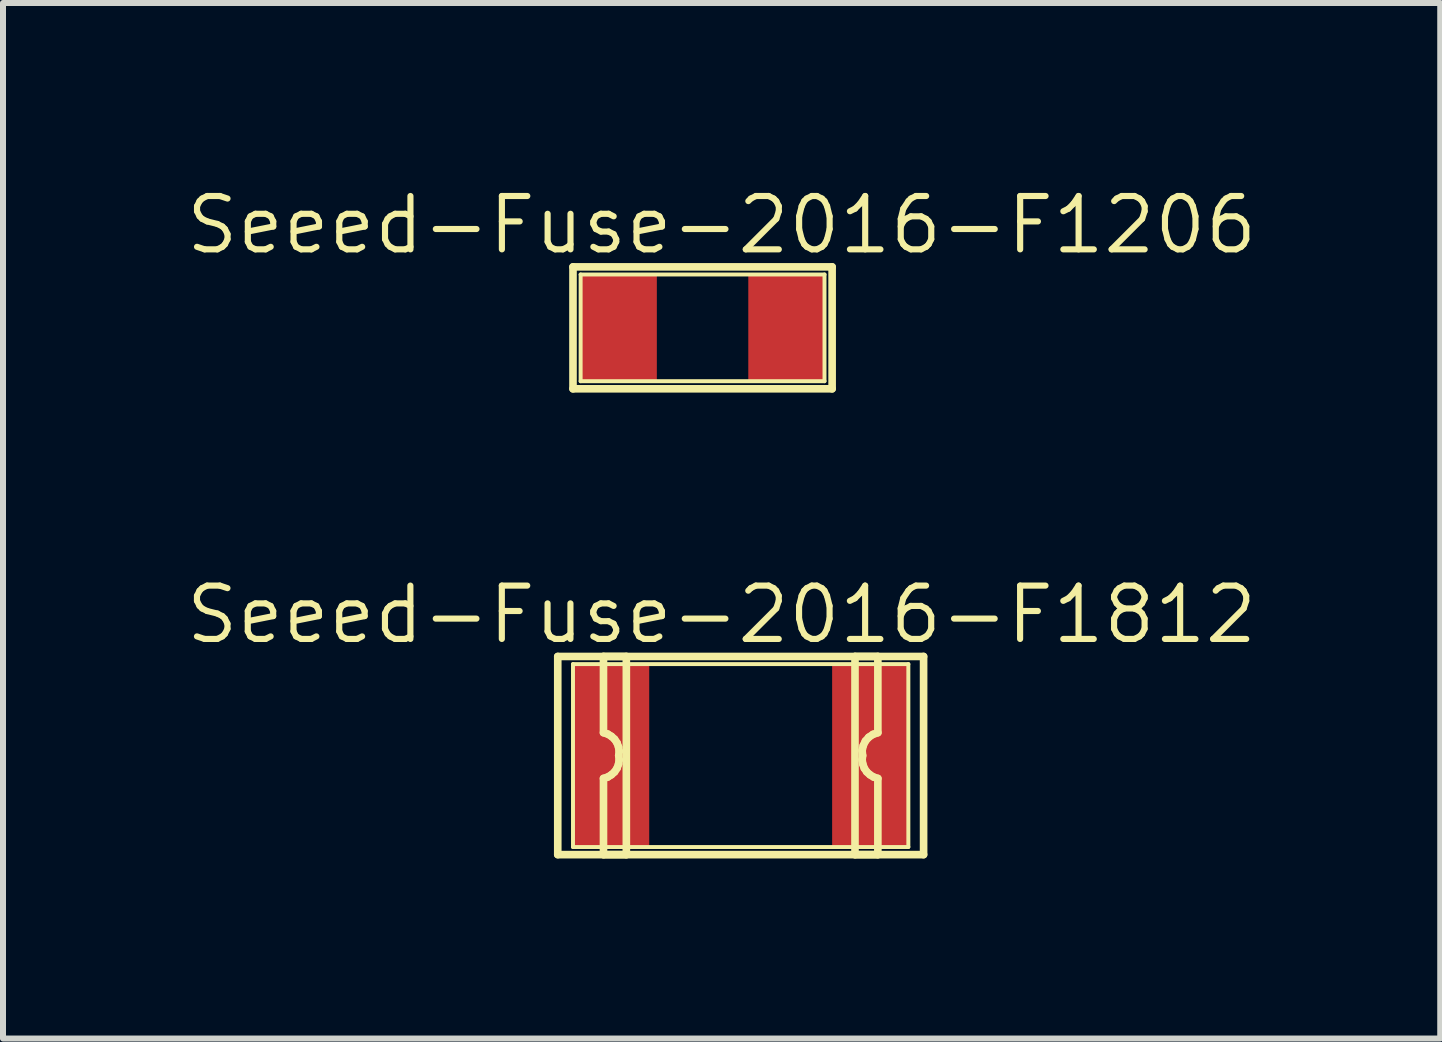
<source format=kicad_pcb>
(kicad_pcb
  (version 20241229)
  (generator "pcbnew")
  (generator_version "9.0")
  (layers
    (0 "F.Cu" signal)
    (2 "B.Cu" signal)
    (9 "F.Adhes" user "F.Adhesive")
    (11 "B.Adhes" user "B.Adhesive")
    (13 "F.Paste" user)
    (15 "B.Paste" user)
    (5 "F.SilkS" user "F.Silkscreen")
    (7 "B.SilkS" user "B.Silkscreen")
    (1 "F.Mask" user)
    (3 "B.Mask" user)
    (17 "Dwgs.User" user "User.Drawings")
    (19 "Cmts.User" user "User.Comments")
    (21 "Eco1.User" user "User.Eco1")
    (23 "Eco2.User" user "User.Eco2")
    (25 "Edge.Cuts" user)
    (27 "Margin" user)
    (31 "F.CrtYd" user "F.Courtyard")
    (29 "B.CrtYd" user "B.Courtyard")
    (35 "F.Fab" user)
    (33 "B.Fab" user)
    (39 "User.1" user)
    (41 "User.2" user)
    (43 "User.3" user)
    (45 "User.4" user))
  (footprint "Seeed-Fuse-2016-F1206"
    (layer "F.Cu")
    (at 8.657 2.413)
    (property "Reference" "Seeed-Fuse-2016-F1206" (at 0.318 -1.714 0) (layer "F.SilkS") (effects (font (size 0.889 0.889) (thickness 0.102))))
    (attr smd)
    (fp_line (start -2.159 -1.016) (end 2.159 -1.016) (stroke (width 0.127) (type solid)) (layer "F.SilkS"))
    (fp_line (start -2.159 1.016) (end -2.159 -1.016) (stroke (width 0.127) (type solid)) (layer "F.SilkS"))
    (fp_line (start -2.032 -0.889) (end 2.032 -0.889) (stroke (width 0.066) (type solid)) (layer "F.SilkS"))
    (fp_line (start -2.032 0.889) (end -2.032 -0.889) (stroke (width 0.066) (type solid)) (layer "F.SilkS"))
    (fp_line (start -2.032 0.889) (end 2.032 0.889) (stroke (width 0.066) (type solid)) (layer "F.SilkS"))
    (fp_line (start 2.032 0.889) (end 2.032 -0.889) (stroke (width 0.066) (type solid)) (layer "F.SilkS"))
    (fp_line (start 2.159 -1.016) (end 2.159 1.016) (stroke (width 0.127) (type solid)) (layer "F.SilkS"))
    (fp_line (start 2.159 1.016) (end -2.159 1.016) (stroke (width 0.127) (type solid)) (layer "F.SilkS"))
    (pad "1" smd rect (at -1.397 0) (size 1.27 1.778) (layers "F.Cu" "F.Mask" "F.Paste"))
    (pad "2" smd rect (at 1.397 0) (size 1.27 1.778) (layers "F.Cu" "F.Mask" "F.Paste")))
  (footprint "Seeed-Fuse-2016-F1812"
    (layer "F.Cu")
    (at 9.292 9.54)
    (property "Reference" "Seeed-Fuse-2016-F1812" (at -0.318 -2.349 0) (layer "F.SilkS") (effects (font (size 0.889 0.889) (thickness 0.102))))
    (attr smd)
    (fp_line (start -3.048 -1.651) (end -3.048 1.651) (stroke (width 0.127) (type solid)) (layer "F.SilkS"))
    (fp_line (start -3.048 -1.651) (end 3.048 -1.651) (stroke (width 0.127) (type solid)) (layer "F.SilkS"))
    (fp_line (start -2.794 -1.524) (end 2.794 -1.524) (stroke (width 0.066) (type solid)) (layer "F.SilkS"))
    (fp_line (start -2.794 1.524) (end -2.794 -1.524) (stroke (width 0.066) (type solid)) (layer "F.SilkS"))
    (fp_line (start -2.794 1.524) (end 2.794 1.524) (stroke (width 0.066) (type solid)) (layer "F.SilkS"))
    (fp_line (start -2.286 -1.651) (end -1.905 -1.651) (stroke (width 0.127) (type solid)) (layer "F.SilkS"))
    (fp_line (start -2.286 -0.381) (end -2.286 -1.651) (stroke (width 0.127) (type solid)) (layer "F.SilkS"))
    (fp_line (start -2.286 0.381) (end -2.215 0.358) (stroke (width 0.127) (type solid)) (layer "F.SilkS"))
    (fp_line (start -2.286 1.651) (end -2.286 0.381) (stroke (width 0.127) (type solid)) (layer "F.SilkS"))
    (fp_line (start -2.215 -0.358) (end -2.286 -0.381) (stroke (width 0.127) (type solid)) (layer "F.SilkS"))
    (fp_line (start -2.215 0.358) (end -2.154 0.32) (stroke (width 0.127) (type solid)) (layer "F.SilkS"))
    (fp_line (start -2.154 -0.32) (end -2.215 -0.358) (stroke (width 0.127) (type solid)) (layer "F.SilkS"))
    (fp_line (start -2.154 0.32) (end -2.101 0.272) (stroke (width 0.127) (type solid)) (layer "F.SilkS"))
    (fp_line (start -2.101 -0.272) (end -2.154 -0.32) (stroke (width 0.127) (type solid)) (layer "F.SilkS"))
    (fp_line (start -2.101 0.272) (end -2.06 0.211) (stroke (width 0.127) (type solid)) (layer "F.SilkS"))
    (fp_line (start -2.06 -0.211) (end -2.101 -0.272) (stroke (width 0.127) (type solid)) (layer "F.SilkS"))
    (fp_line (start -2.06 0.211) (end -2.035 0.142) (stroke (width 0.127) (type solid)) (layer "F.SilkS"))
    (fp_line (start -2.035 -0.142) (end -2.06 -0.211) (stroke (width 0.127) (type solid)) (layer "F.SilkS"))
    (fp_line (start -2.035 0.142) (end -2.024 0.071) (stroke (width 0.127) (type solid)) (layer "F.SilkS"))
    (fp_line (start -2.032 0) (end -2.024 -0.071) (stroke (width 0.127) (type solid)) (layer "F.SilkS"))
    (fp_line (start -2.024 -0.071) (end -2.035 -0.142) (stroke (width 0.127) (type solid)) (layer "F.SilkS"))
    (fp_line (start -2.024 0.071) (end -2.032 0) (stroke (width 0.127) (type solid)) (layer "F.SilkS"))
    (fp_line (start -1.905 -1.651) (end -1.905 1.651) (stroke (width 0.127) (type solid)) (layer "F.SilkS"))
    (fp_line (start -1.905 1.651) (end -2.286 1.651) (stroke (width 0.127) (type solid)) (layer "F.SilkS"))
    (fp_line (start 1.905 -1.651) (end 2.286 -1.651) (stroke (width 0.127) (type solid)) (layer "F.SilkS"))
    (fp_line (start 1.905 1.651) (end 1.905 -1.651) (stroke (width 0.127) (type solid)) (layer "F.SilkS"))
    (fp_line (start 2.024 -0.084) (end 2.032 0) (stroke (width 0.127) (type solid)) (layer "F.SilkS"))
    (fp_line (start 2.024 0.071) (end 2.035 0.142) (stroke (width 0.127) (type solid)) (layer "F.SilkS"))
    (fp_line (start 2.032 0) (end 2.024 0.071) (stroke (width 0.127) (type solid)) (layer "F.SilkS"))
    (fp_line (start 2.035 0.142) (end 2.06 0.211) (stroke (width 0.127) (type solid)) (layer "F.SilkS"))
    (fp_line (start 2.042 -0.165) (end 2.024 -0.084) (stroke (width 0.127) (type solid)) (layer "F.SilkS"))
    (fp_line (start 2.06 0.211) (end 2.101 0.272) (stroke (width 0.127) (type solid)) (layer "F.SilkS"))
    (fp_line (start 2.078 -0.241) (end 2.042 -0.165) (stroke (width 0.127) (type solid)) (layer "F.SilkS"))
    (fp_line (start 2.101 0.272) (end 2.154 0.32) (stroke (width 0.127) (type solid)) (layer "F.SilkS"))
    (fp_line (start 2.134 -0.305) (end 2.078 -0.241) (stroke (width 0.127) (type solid)) (layer "F.SilkS"))
    (fp_line (start 2.154 0.32) (end 2.215 0.358) (stroke (width 0.127) (type solid)) (layer "F.SilkS"))
    (fp_line (start 2.205 -0.353) (end 2.134 -0.305) (stroke (width 0.127) (type solid)) (layer "F.SilkS"))
    (fp_line (start 2.215 0.358) (end 2.286 0.381) (stroke (width 0.127) (type solid)) (layer "F.SilkS"))
    (fp_line (start 2.286 -1.651) (end 2.286 -0.381) (stroke (width 0.127) (type solid)) (layer "F.SilkS"))
    (fp_line (start 2.286 -0.381) (end 2.205 -0.353) (stroke (width 0.127) (type solid)) (layer "F.SilkS"))
    (fp_line (start 2.286 0.381) (end 2.286 1.651) (stroke (width 0.127) (type solid)) (layer "F.SilkS"))
    (fp_line (start 2.286 1.651) (end 1.905 1.651) (stroke (width 0.127) (type solid)) (layer "F.SilkS"))
    (fp_line (start 2.794 1.524) (end 2.794 -1.524) (stroke (width 0.066) (type solid)) (layer "F.SilkS"))
    (fp_line (start 3.048 -1.651) (end 3.048 1.651) (stroke (width 0.127) (type solid)) (layer "F.SilkS"))
    (fp_line (start 3.048 1.651) (end -3.048 1.651) (stroke (width 0.127) (type solid)) (layer "F.SilkS"))
    (pad "1" smd rect (at -2.159 0 90) (size 3.048 1.27) (layers "F.Cu" "F.Mask" "F.Paste"))
    (pad "2" smd rect (at 2.159 0 90) (size 3.048 1.27) (layers "F.Cu" "F.Mask" "F.Paste")))
  (gr_rect
    (start -3 -3)
    (end 20.949 14.255)
    (stroke (width 0.1) (type default))
    (fill no)
    (layer "Edge.Cuts")))
</source>
